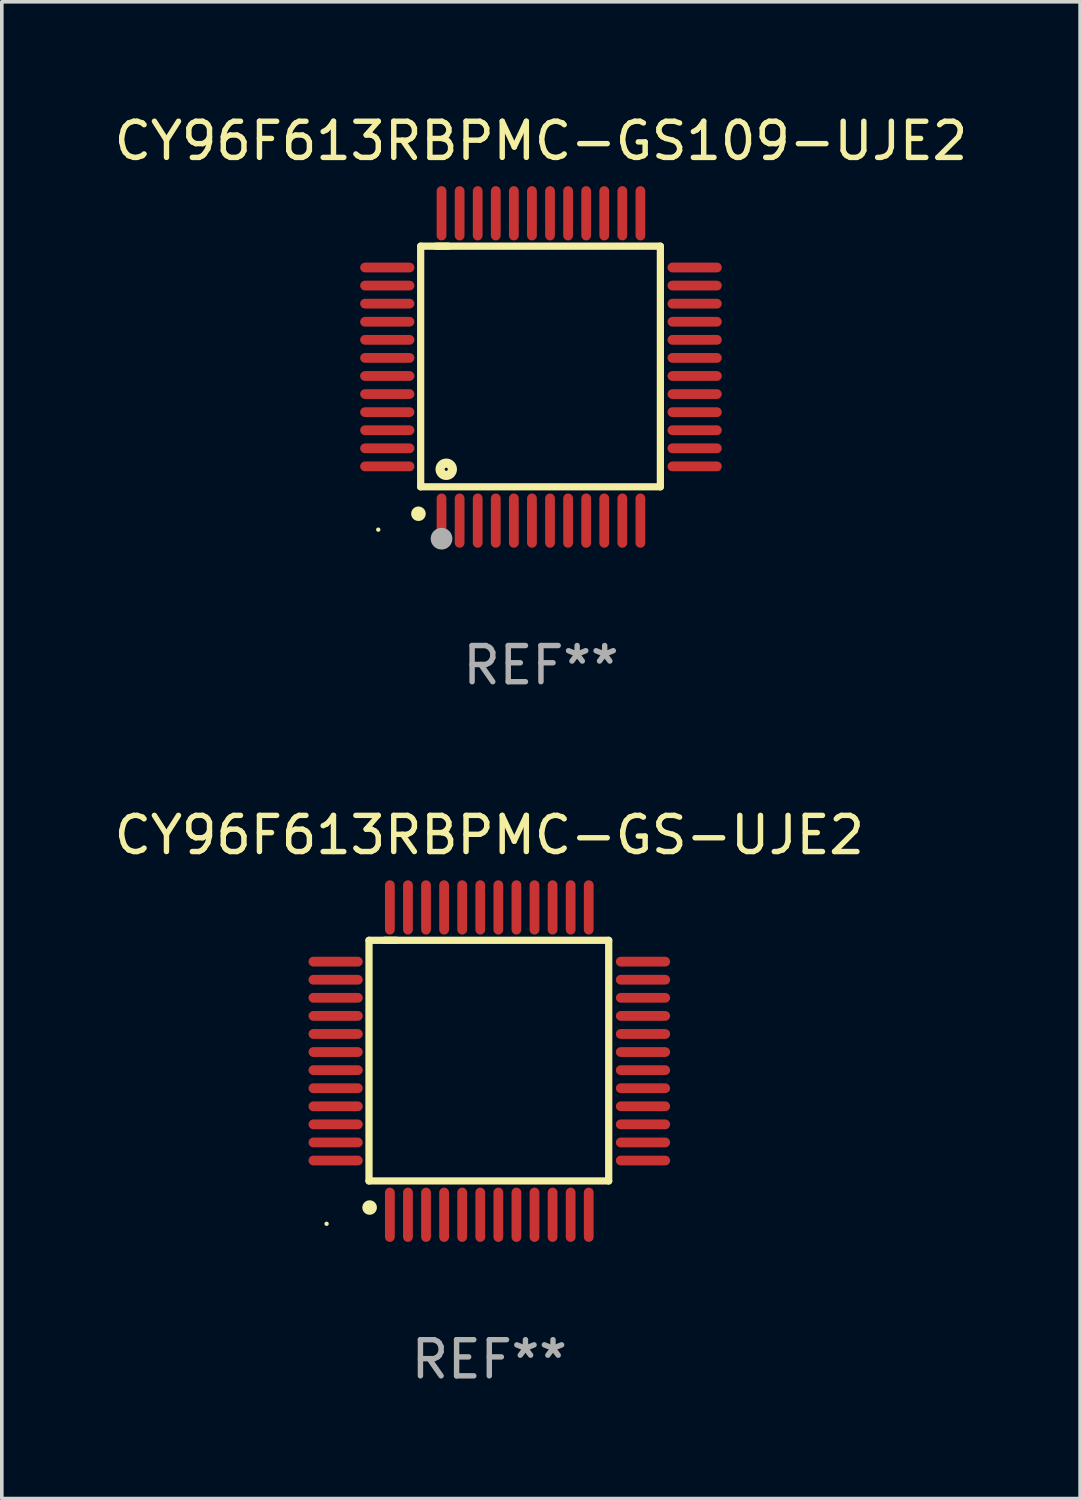
<source format=kicad_pcb>
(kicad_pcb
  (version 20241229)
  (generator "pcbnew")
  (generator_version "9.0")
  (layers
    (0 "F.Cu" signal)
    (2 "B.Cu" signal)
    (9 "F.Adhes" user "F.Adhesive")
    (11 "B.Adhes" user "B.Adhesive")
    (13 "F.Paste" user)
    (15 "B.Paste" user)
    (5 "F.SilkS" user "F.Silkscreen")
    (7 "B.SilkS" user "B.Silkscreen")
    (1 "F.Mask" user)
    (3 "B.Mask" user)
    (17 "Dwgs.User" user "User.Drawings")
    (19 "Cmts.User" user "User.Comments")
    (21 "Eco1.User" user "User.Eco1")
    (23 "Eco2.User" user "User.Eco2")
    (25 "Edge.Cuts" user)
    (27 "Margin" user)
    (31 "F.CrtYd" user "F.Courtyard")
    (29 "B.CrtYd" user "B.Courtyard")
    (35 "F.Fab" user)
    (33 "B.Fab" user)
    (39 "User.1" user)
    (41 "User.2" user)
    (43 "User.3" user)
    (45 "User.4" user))
  (footprint "CY96F613RBPMC-GS109-UJE2"
    (layer "F.Cu")
    (at 11.911 7.098)
    (property "Reference" "CY96F613RBPMC-GS109-UJE2" (at 0 -6.25 0) (layer "F.SilkS") (effects (font (size 1 1) (thickness 0.15))))
    (attr through_hole)
    (fp_line (start -3.327 -3.34) (end -2.565 -3.34) (stroke (width 0.2) (type solid)) (layer "F.SilkS"))
    (fp_line (start -3.327 3.315) (end -3.327 -3.34) (stroke (width 0.2) (type solid)) (layer "F.SilkS"))
    (fp_line (start -2.896 -3.34) (end 3.302 -3.34) (stroke (width 0.2) (type solid)) (layer "F.SilkS"))
    (fp_line (start 3.302 -3.34) (end 3.302 3.315) (stroke (width 0.2) (type solid)) (layer "F.SilkS"))
    (fp_line (start 3.302 3.315) (end -3.327 3.315) (stroke (width 0.2) (type solid)) (layer "F.SilkS"))
    (fp_arc (start -3.389992 4.059995) (mid -3.388722 4.059991) (end -3.387452 4.059995) (stroke (width 0.4) (type solid)) (layer "F.SilkS"))
    (fp_circle (center -4.5 4.5) (end -4.47 4.5) (stroke (width 0.06) (type solid)) (fill no) (layer "F.SilkS"))
    (fp_circle (center -2.62 2.83) (end -2.45 2.83) (stroke (width 0.254) (type solid)) (fill no) (layer "F.SilkS"))
    (fp_circle (center -2.75 4.75) (end -2.6 4.75) (stroke (width 0.3) (type solid)) (fill no) (layer "F.Fab"))
    (fp_text user "REF**" (at 0 8.25 0) (layer "F.Fab") (effects (font (size 1 1) (thickness 0.15))))
    (pad "1" smd oval (at -2.75 4.25) (size 0.27 1.5) (layers "F.Cu" "F.Mask" "F.Paste"))
    (pad "2" smd oval (at -2.25 4.25) (size 0.27 1.5) (layers "F.Cu" "F.Mask" "F.Paste"))
    (pad "3" smd oval (at -1.75 4.25) (size 0.27 1.5) (layers "F.Cu" "F.Mask" "F.Paste"))
    (pad "4" smd oval (at -1.25 4.25) (size 0.27 1.5) (layers "F.Cu" "F.Mask" "F.Paste"))
    (pad "5" smd oval (at -0.75 4.25) (size 0.27 1.5) (layers "F.Cu" "F.Mask" "F.Paste"))
    (pad "6" smd oval (at -0.25 4.25) (size 0.27 1.5) (layers "F.Cu" "F.Mask" "F.Paste"))
    (pad "7" smd oval (at 0.25 4.25) (size 0.27 1.5) (layers "F.Cu" "F.Mask" "F.Paste"))
    (pad "8" smd oval (at 0.75 4.25) (size 0.27 1.5) (layers "F.Cu" "F.Mask" "F.Paste"))
    (pad "9" smd oval (at 1.25 4.25) (size 0.27 1.5) (layers "F.Cu" "F.Mask" "F.Paste"))
    (pad "10" smd oval (at 1.75 4.25) (size 0.27 1.5) (layers "F.Cu" "F.Mask" "F.Paste"))
    (pad "11" smd oval (at 2.25 4.25) (size 0.27 1.5) (layers "F.Cu" "F.Mask" "F.Paste"))
    (pad "12" smd oval (at 2.75 4.25) (size 0.27 1.5) (layers "F.Cu" "F.Mask" "F.Paste"))
    (pad "13" smd oval (at 4.25 2.75) (size 1.5 0.27) (layers "F.Cu" "F.Mask" "F.Paste"))
    (pad "14" smd oval (at 4.25 2.25) (size 1.5 0.27) (layers "F.Cu" "F.Mask" "F.Paste"))
    (pad "15" smd oval (at 4.25 1.75) (size 1.5 0.27) (layers "F.Cu" "F.Mask" "F.Paste"))
    (pad "16" smd oval (at 4.25 1.25) (size 1.5 0.27) (layers "F.Cu" "F.Mask" "F.Paste"))
    (pad "17" smd oval (at 4.25 0.75) (size 1.5 0.27) (layers "F.Cu" "F.Mask" "F.Paste"))
    (pad "18" smd oval (at 4.25 0.25) (size 1.5 0.27) (layers "F.Cu" "F.Mask" "F.Paste"))
    (pad "19" smd oval (at 4.25 -0.25) (size 1.5 0.27) (layers "F.Cu" "F.Mask" "F.Paste"))
    (pad "20" smd oval (at 4.25 -0.75) (size 1.5 0.27) (layers "F.Cu" "F.Mask" "F.Paste"))
    (pad "21" smd oval (at 4.25 -1.25) (size 1.5 0.27) (layers "F.Cu" "F.Mask" "F.Paste"))
    (pad "22" smd oval (at 4.25 -1.75) (size 1.5 0.27) (layers "F.Cu" "F.Mask" "F.Paste"))
    (pad "23" smd oval (at 4.25 -2.25) (size 1.5 0.27) (layers "F.Cu" "F.Mask" "F.Paste"))
    (pad "24" smd oval (at 4.25 -2.75) (size 1.5 0.27) (layers "F.Cu" "F.Mask" "F.Paste"))
    (pad "25" smd oval (at 2.75 -4.25) (size 0.27 1.5) (layers "F.Cu" "F.Mask" "F.Paste"))
    (pad "26" smd oval (at 2.25 -4.25) (size 0.27 1.5) (layers "F.Cu" "F.Mask" "F.Paste"))
    (pad "27" smd oval (at 1.75 -4.25) (size 0.27 1.5) (layers "F.Cu" "F.Mask" "F.Paste"))
    (pad "28" smd oval (at 1.25 -4.25) (size 0.27 1.5) (layers "F.Cu" "F.Mask" "F.Paste"))
    (pad "29" smd oval (at 0.75 -4.25) (size 0.27 1.5) (layers "F.Cu" "F.Mask" "F.Paste"))
    (pad "30" smd oval (at 0.25 -4.25) (size 0.27 1.5) (layers "F.Cu" "F.Mask" "F.Paste"))
    (pad "31" smd oval (at -0.25 -4.25) (size 0.27 1.5) (layers "F.Cu" "F.Mask" "F.Paste"))
    (pad "32" smd oval (at -0.75 -4.25) (size 0.27 1.5) (layers "F.Cu" "F.Mask" "F.Paste"))
    (pad "33" smd oval (at -1.25 -4.25) (size 0.27 1.5) (layers "F.Cu" "F.Mask" "F.Paste"))
    (pad "34" smd oval (at -1.75 -4.25) (size 0.27 1.5) (layers "F.Cu" "F.Mask" "F.Paste"))
    (pad "35" smd oval (at -2.25 -4.25) (size 0.27 1.5) (layers "F.Cu" "F.Mask" "F.Paste"))
    (pad "36" smd oval (at -2.75 -4.25) (size 0.27 1.5) (layers "F.Cu" "F.Mask" "F.Paste"))
    (pad "37" smd oval (at -4.25 -2.75) (size 1.5 0.27) (layers "F.Cu" "F.Mask" "F.Paste"))
    (pad "38" smd oval (at -4.25 -2.25) (size 1.5 0.27) (layers "F.Cu" "F.Mask" "F.Paste"))
    (pad "39" smd oval (at -4.25 -1.75) (size 1.5 0.27) (layers "F.Cu" "F.Mask" "F.Paste"))
    (pad "40" smd oval (at -4.25 -1.25) (size 1.5 0.27) (layers "F.Cu" "F.Mask" "F.Paste"))
    (pad "41" smd oval (at -4.25 -0.75) (size 1.5 0.27) (layers "F.Cu" "F.Mask" "F.Paste"))
    (pad "42" smd oval (at -4.25 -0.25) (size 1.5 0.27) (layers "F.Cu" "F.Mask" "F.Paste"))
    (pad "43" smd oval (at -4.25 0.25) (size 1.5 0.27) (layers "F.Cu" "F.Mask" "F.Paste"))
    (pad "44" smd oval (at -4.25 0.75) (size 1.5 0.27) (layers "F.Cu" "F.Mask" "F.Paste"))
    (pad "45" smd oval (at -4.25 1.25) (size 1.5 0.27) (layers "F.Cu" "F.Mask" "F.Paste"))
    (pad "46" smd oval (at -4.25 1.75) (size 1.5 0.27) (layers "F.Cu" "F.Mask" "F.Paste"))
    (pad "47" smd oval (at -4.25 2.25) (size 1.5 0.27) (layers "F.Cu" "F.Mask" "F.Paste"))
    (pad "48" smd oval (at -4.25 2.75) (size 1.5 0.27) (layers "F.Cu" "F.Mask" "F.Paste")))
  (footprint "CY96F613RBPMC-GS-UJE2"
    (layer "F.Cu")
    (at 10.482 26.295)
    (property "Reference" "CY96F613RBPMC-GS-UJE2" (at 0 -6.25 0) (layer "F.SilkS") (effects (font (size 1 1) (thickness 0.15))))
    (attr through_hole)
    (fp_line (start -3.327 -3.34) (end -2.565 -3.34) (stroke (width 0.2) (type solid)) (layer "F.SilkS"))
    (fp_line (start -3.327 3.315) (end -3.327 -3.34) (stroke (width 0.2) (type solid)) (layer "F.SilkS"))
    (fp_line (start -2.896 -3.34) (end 3.302 -3.34) (stroke (width 0.2) (type solid)) (layer "F.SilkS"))
    (fp_line (start 3.302 -3.34) (end 3.302 3.315) (stroke (width 0.2) (type solid)) (layer "F.SilkS"))
    (fp_line (start 3.302 3.315) (end -3.327 3.315) (stroke (width 0.2) (type solid)) (layer "F.SilkS"))
    (fp_arc (start -3.311278 4.050013) (mid -3.310008 4.050009) (end -3.308738 4.050013) (stroke (width 0.4) (type solid)) (layer "F.SilkS"))
    (fp_circle (center -4.5 4.5) (end -4.47 4.5) (stroke (width 0.06) (type solid)) (fill no) (layer "F.SilkS"))
    (fp_text user "REF**" (at 0 8.25 0) (layer "F.Fab") (effects (font (size 1 1) (thickness 0.15))))
    (pad "1" smd oval (at -2.75 4.25) (size 0.27 1.5) (layers "F.Cu" "F.Mask" "F.Paste"))
    (pad "2" smd oval (at -2.25 4.25) (size 0.27 1.5) (layers "F.Cu" "F.Mask" "F.Paste"))
    (pad "3" smd oval (at -1.75 4.25) (size 0.27 1.5) (layers "F.Cu" "F.Mask" "F.Paste"))
    (pad "4" smd oval (at -1.25 4.25) (size 0.27 1.5) (layers "F.Cu" "F.Mask" "F.Paste"))
    (pad "5" smd oval (at -0.75 4.25) (size 0.27 1.5) (layers "F.Cu" "F.Mask" "F.Paste"))
    (pad "6" smd oval (at -0.25 4.25) (size 0.27 1.5) (layers "F.Cu" "F.Mask" "F.Paste"))
    (pad "7" smd oval (at 0.25 4.25) (size 0.27 1.5) (layers "F.Cu" "F.Mask" "F.Paste"))
    (pad "8" smd oval (at 0.75 4.25) (size 0.27 1.5) (layers "F.Cu" "F.Mask" "F.Paste"))
    (pad "9" smd oval (at 1.25 4.25) (size 0.27 1.5) (layers "F.Cu" "F.Mask" "F.Paste"))
    (pad "10" smd oval (at 1.75 4.25) (size 0.27 1.5) (layers "F.Cu" "F.Mask" "F.Paste"))
    (pad "11" smd oval (at 2.25 4.25) (size 0.27 1.5) (layers "F.Cu" "F.Mask" "F.Paste"))
    (pad "12" smd oval (at 2.75 4.25) (size 0.27 1.5) (layers "F.Cu" "F.Mask" "F.Paste"))
    (pad "13" smd oval (at 4.25 2.75) (size 1.5 0.27) (layers "F.Cu" "F.Mask" "F.Paste"))
    (pad "14" smd oval (at 4.25 2.25) (size 1.5 0.27) (layers "F.Cu" "F.Mask" "F.Paste"))
    (pad "15" smd oval (at 4.25 1.75) (size 1.5 0.27) (layers "F.Cu" "F.Mask" "F.Paste"))
    (pad "16" smd oval (at 4.25 1.25) (size 1.5 0.27) (layers "F.Cu" "F.Mask" "F.Paste"))
    (pad "17" smd oval (at 4.25 0.75) (size 1.5 0.27) (layers "F.Cu" "F.Mask" "F.Paste"))
    (pad "18" smd oval (at 4.25 0.25) (size 1.5 0.27) (layers "F.Cu" "F.Mask" "F.Paste"))
    (pad "19" smd oval (at 4.25 -0.25) (size 1.5 0.27) (layers "F.Cu" "F.Mask" "F.Paste"))
    (pad "20" smd oval (at 4.25 -0.75) (size 1.5 0.27) (layers "F.Cu" "F.Mask" "F.Paste"))
    (pad "21" smd oval (at 4.25 -1.25) (size 1.5 0.27) (layers "F.Cu" "F.Mask" "F.Paste"))
    (pad "22" smd oval (at 4.25 -1.75) (size 1.5 0.27) (layers "F.Cu" "F.Mask" "F.Paste"))
    (pad "23" smd oval (at 4.25 -2.25) (size 1.5 0.27) (layers "F.Cu" "F.Mask" "F.Paste"))
    (pad "24" smd oval (at 4.25 -2.75) (size 1.5 0.27) (layers "F.Cu" "F.Mask" "F.Paste"))
    (pad "25" smd oval (at 2.75 -4.25) (size 0.27 1.5) (layers "F.Cu" "F.Mask" "F.Paste"))
    (pad "26" smd oval (at 2.25 -4.25) (size 0.27 1.5) (layers "F.Cu" "F.Mask" "F.Paste"))
    (pad "27" smd oval (at 1.75 -4.25) (size 0.27 1.5) (layers "F.Cu" "F.Mask" "F.Paste"))
    (pad "28" smd oval (at 1.25 -4.25) (size 0.27 1.5) (layers "F.Cu" "F.Mask" "F.Paste"))
    (pad "29" smd oval (at 0.75 -4.25) (size 0.27 1.5) (layers "F.Cu" "F.Mask" "F.Paste"))
    (pad "30" smd oval (at 0.25 -4.25) (size 0.27 1.5) (layers "F.Cu" "F.Mask" "F.Paste"))
    (pad "31" smd oval (at -0.25 -4.25) (size 0.27 1.5) (layers "F.Cu" "F.Mask" "F.Paste"))
    (pad "32" smd oval (at -0.75 -4.25) (size 0.27 1.5) (layers "F.Cu" "F.Mask" "F.Paste"))
    (pad "33" smd oval (at -1.25 -4.25) (size 0.27 1.5) (layers "F.Cu" "F.Mask" "F.Paste"))
    (pad "34" smd oval (at -1.75 -4.25) (size 0.27 1.5) (layers "F.Cu" "F.Mask" "F.Paste"))
    (pad "35" smd oval (at -2.25 -4.25) (size 0.27 1.5) (layers "F.Cu" "F.Mask" "F.Paste"))
    (pad "36" smd oval (at -2.75 -4.25) (size 0.27 1.5) (layers "F.Cu" "F.Mask" "F.Paste"))
    (pad "37" smd oval (at -4.25 -2.75) (size 1.5 0.27) (layers "F.Cu" "F.Mask" "F.Paste"))
    (pad "38" smd oval (at -4.25 -2.25) (size 1.5 0.27) (layers "F.Cu" "F.Mask" "F.Paste"))
    (pad "39" smd oval (at -4.25 -1.75) (size 1.5 0.27) (layers "F.Cu" "F.Mask" "F.Paste"))
    (pad "40" smd oval (at -4.25 -1.25) (size 1.5 0.27) (layers "F.Cu" "F.Mask" "F.Paste"))
    (pad "41" smd oval (at -4.25 -0.75) (size 1.5 0.27) (layers "F.Cu" "F.Mask" "F.Paste"))
    (pad "42" smd oval (at -4.25 -0.25) (size 1.5 0.27) (layers "F.Cu" "F.Mask" "F.Paste"))
    (pad "43" smd oval (at -4.25 0.25) (size 1.5 0.27) (layers "F.Cu" "F.Mask" "F.Paste"))
    (pad "44" smd oval (at -4.25 0.75) (size 1.5 0.27) (layers "F.Cu" "F.Mask" "F.Paste"))
    (pad "45" smd oval (at -4.25 1.25) (size 1.5 0.27) (layers "F.Cu" "F.Mask" "F.Paste"))
    (pad "46" smd oval (at -4.25 1.75) (size 1.5 0.27) (layers "F.Cu" "F.Mask" "F.Paste"))
    (pad "47" smd oval (at -4.25 2.25) (size 1.5 0.27) (layers "F.Cu" "F.Mask" "F.Paste"))
    (pad "48" smd oval (at -4.25 2.75) (size 1.5 0.27) (layers "F.Cu" "F.Mask" "F.Paste")))
  (gr_rect
    (start -3 -3)
    (end 26.821 38.393)
    (stroke (width 0.1) (type default))
    (fill no)
    (layer "Edge.Cuts")))
</source>
